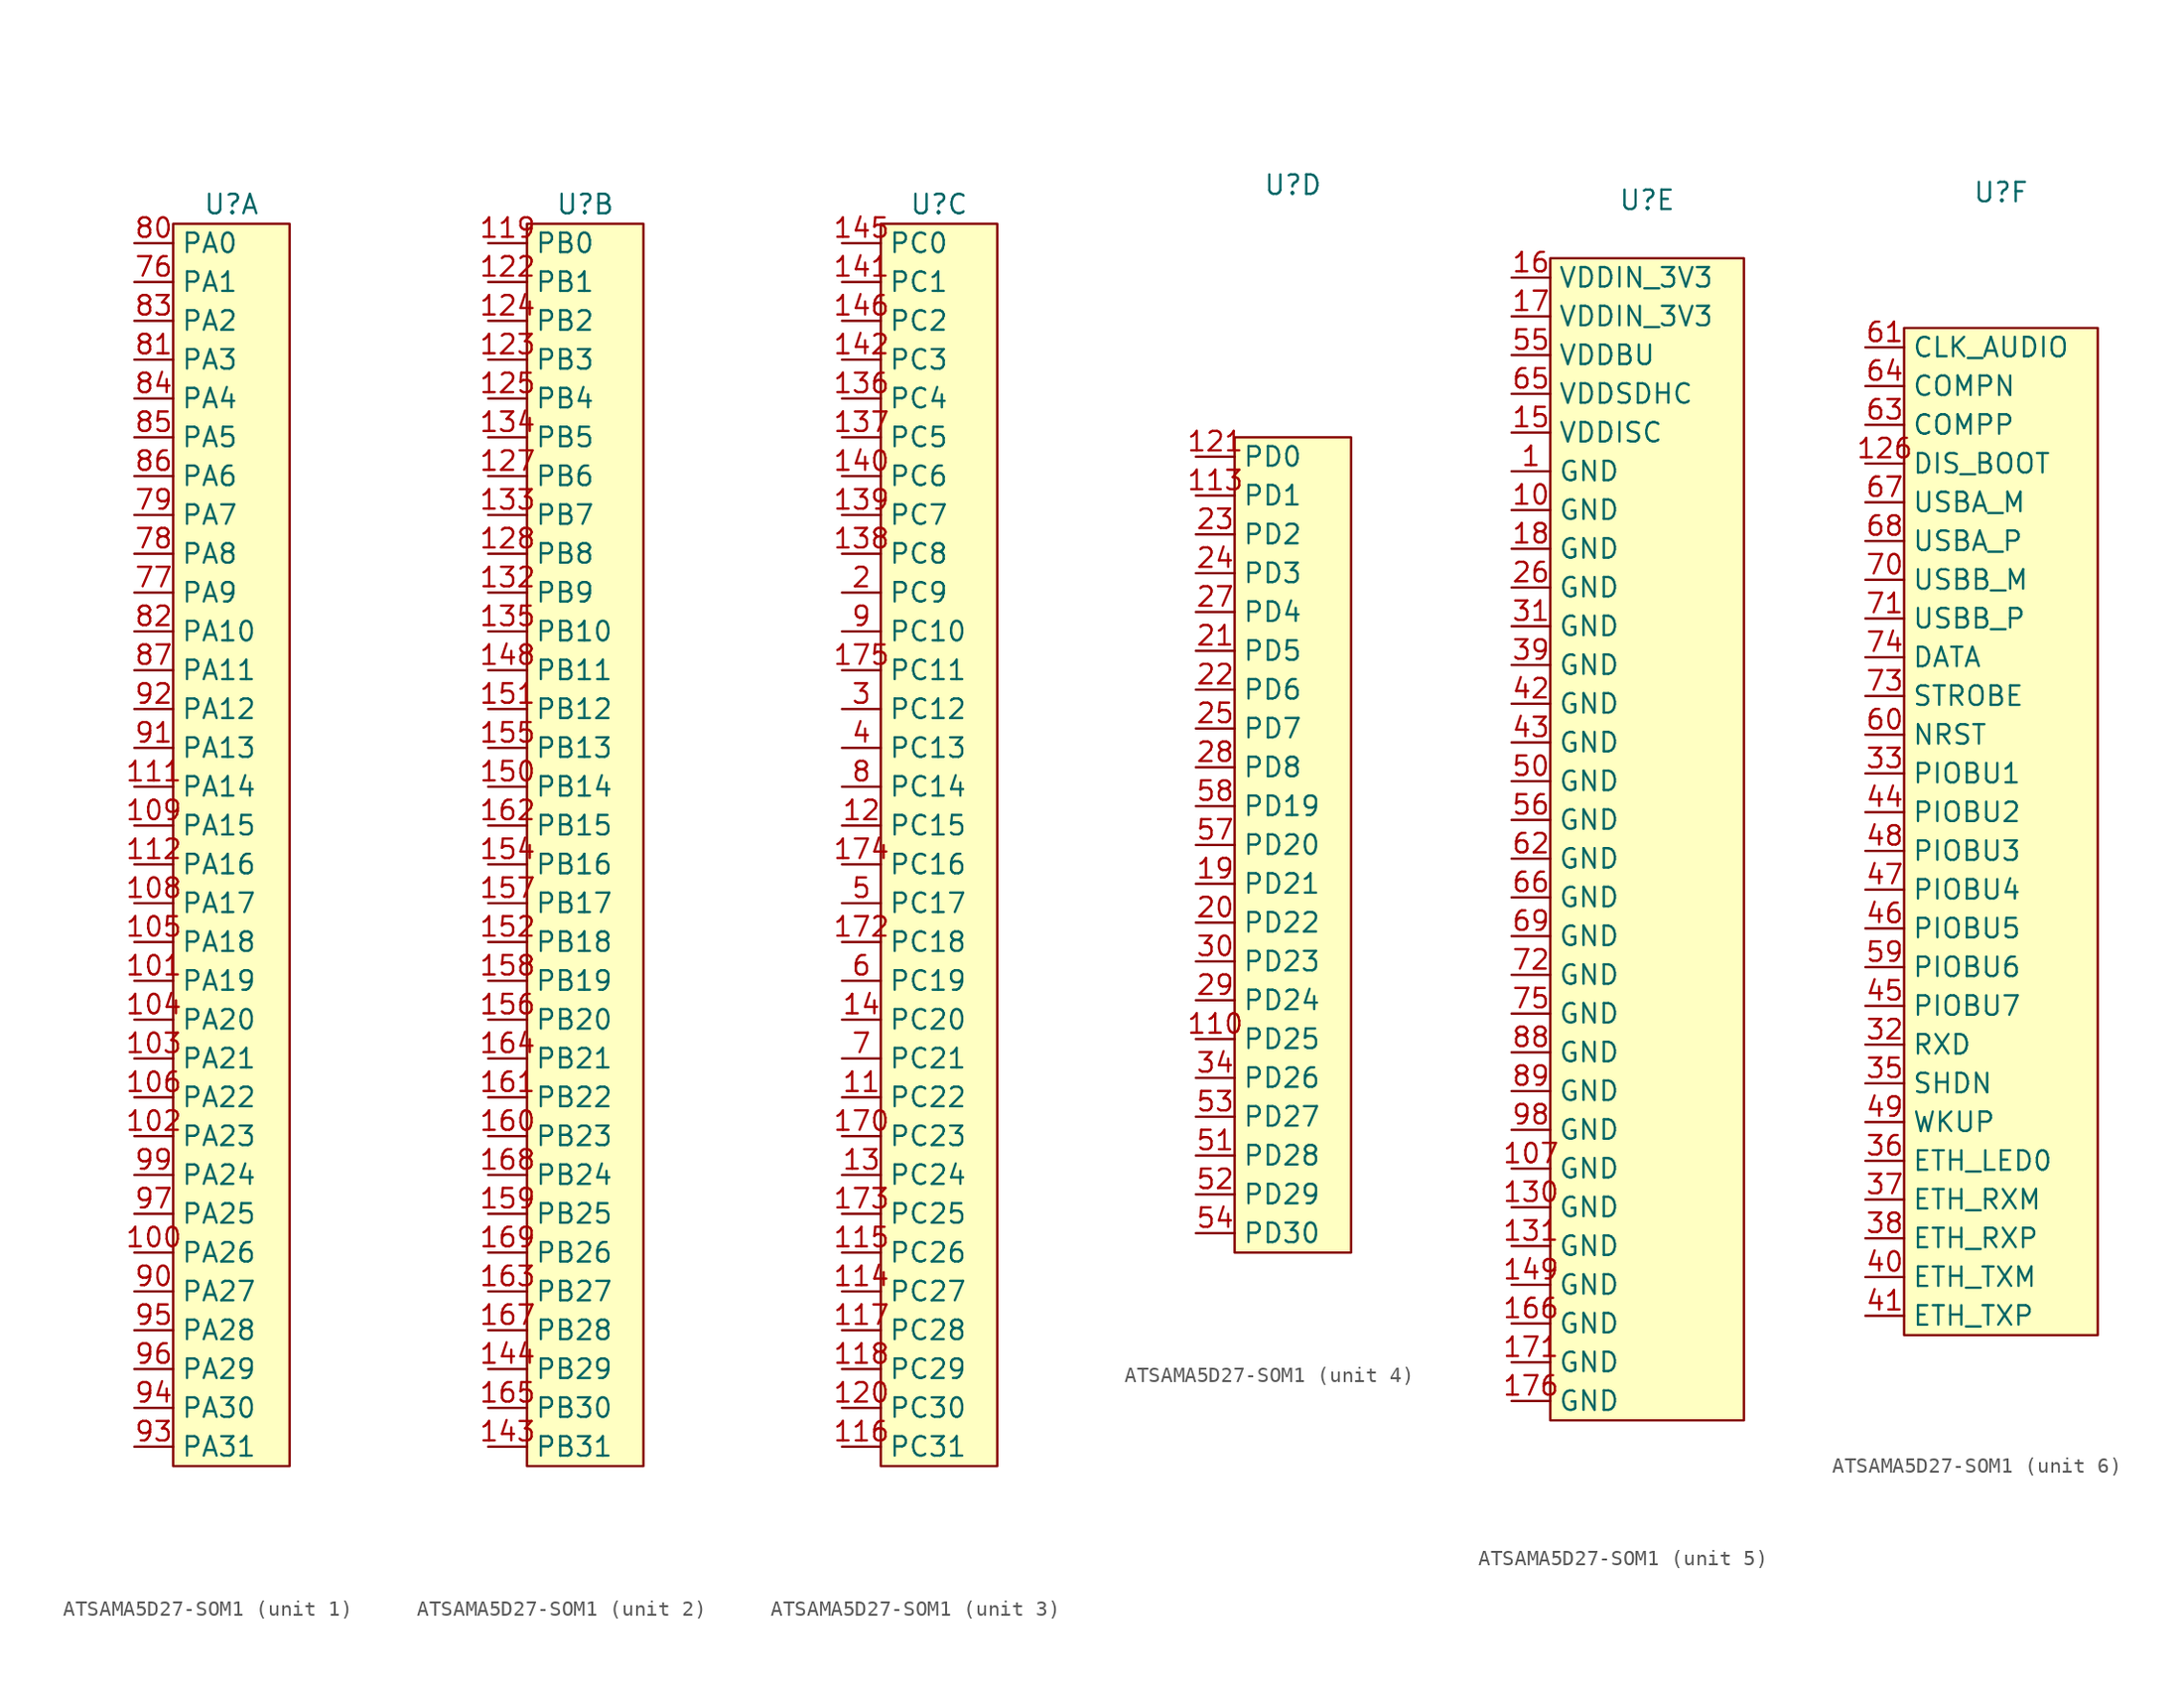
<source format=kicad_sym>
(kicad_symbol_lib
  (version 20220914)
  (generator kicad_symbol_editor)
  (symbol "ATSAMA5D27-SOM1"
    (property "Reference" "U"
      (at 0 41.91 0)
      (do_not_autoplace)
      (effects (font (size 1.27 1.27))))
    (property "Value" ""
      (at -2.54 41.91 0)
      (effects (font (size 1.27 1.27))))
    (property "ki_locked" ""
      (at 0 0 0)
      (effects (font (size 1.27 1.27))))
    (symbol "ATSAMA5D27-SOM1_1_1"
      (rectangle (start -3.81 40.64) (end 3.81 -40.64) (stroke (width 0) (type default)) (fill (type background)))
      (pin bidirectional line (at -6.35 -26.67 0) (length 2.54) (name "PA26" (effects (font (size 1.27 1.27)))) (number "100" (effects (font (size 1.27 1.27)))))
      (pin bidirectional line (at -6.35 -8.89 0) (length 2.54) (name "PA19" (effects (font (size 1.27 1.27)))) (number "101" (effects (font (size 1.27 1.27)))))
      (pin bidirectional line (at -6.35 -19.05 0) (length 2.54) (name "PA23" (effects (font (size 1.27 1.27)))) (number "102" (effects (font (size 1.27 1.27)))))
      (pin bidirectional line (at -6.35 -13.97 0) (length 2.54) (name "PA21" (effects (font (size 1.27 1.27)))) (number "103" (effects (font (size 1.27 1.27)))))
      (pin bidirectional line (at -6.35 -11.43 0) (length 2.54) (name "PA20" (effects (font (size 1.27 1.27)))) (number "104" (effects (font (size 1.27 1.27)))))
      (pin bidirectional line (at -6.35 -6.35 0) (length 2.54) (name "PA18" (effects (font (size 1.27 1.27)))) (number "105" (effects (font (size 1.27 1.27)))))
      (pin bidirectional line (at -6.35 -16.51 0) (length 2.54) (name "PA22" (effects (font (size 1.27 1.27)))) (number "106" (effects (font (size 1.27 1.27)))))
      (pin bidirectional line (at -6.35 -3.81 0) (length 2.54) (name "PA17" (effects (font (size 1.27 1.27)))) (number "108" (effects (font (size 1.27 1.27)))))
      (pin bidirectional line (at -6.35 1.27 0) (length 2.54) (name "PA15" (effects (font (size 1.27 1.27)))) (number "109" (effects (font (size 1.27 1.27)))))
      (pin bidirectional line (at -6.35 3.81 0) (length 2.54) (name "PA14" (effects (font (size 1.27 1.27)))) (number "111" (effects (font (size 1.27 1.27)))))
      (pin bidirectional line (at -6.35 -1.27 0) (length 2.54) (name "PA16" (effects (font (size 1.27 1.27)))) (number "112" (effects (font (size 1.27 1.27)))))
      (pin bidirectional line (at -6.35 36.83 0) (length 2.54) (name "PA1" (effects (font (size 1.27 1.27)))) (number "76" (effects (font (size 1.27 1.27)))))
      (pin bidirectional line (at -6.35 16.51 0) (length 2.54) (name "PA9" (effects (font (size 1.27 1.27)))) (number "77" (effects (font (size 1.27 1.27)))))
      (pin bidirectional line (at -6.35 19.05 0) (length 2.54) (name "PA8" (effects (font (size 1.27 1.27)))) (number "78" (effects (font (size 1.27 1.27)))))
      (pin bidirectional line (at -6.35 21.59 0) (length 2.54) (name "PA7" (effects (font (size 1.27 1.27)))) (number "79" (effects (font (size 1.27 1.27)))))
      (pin bidirectional line (at -6.35 39.37 0) (length 2.54) (name "PA0" (effects (font (size 1.27 1.27)))) (number "80" (effects (font (size 1.27 1.27)))))
      (pin bidirectional line (at -6.35 31.75 0) (length 2.54) (name "PA3" (effects (font (size 1.27 1.27)))) (number "81" (effects (font (size 1.27 1.27)))))
      (pin bidirectional line (at -6.35 13.97 0) (length 2.54) (name "PA10" (effects (font (size 1.27 1.27)))) (number "82" (effects (font (size 1.27 1.27)))))
      (pin bidirectional line (at -6.35 34.29 0) (length 2.54) (name "PA2" (effects (font (size 1.27 1.27)))) (number "83" (effects (font (size 1.27 1.27)))))
      (pin bidirectional line (at -6.35 29.21 0) (length 2.54) (name "PA4" (effects (font (size 1.27 1.27)))) (number "84" (effects (font (size 1.27 1.27)))))
      (pin bidirectional line (at -6.35 26.67 0) (length 2.54) (name "PA5" (effects (font (size 1.27 1.27)))) (number "85" (effects (font (size 1.27 1.27)))))
      (pin bidirectional line (at -6.35 24.13 0) (length 2.54) (name "PA6" (effects (font (size 1.27 1.27)))) (number "86" (effects (font (size 1.27 1.27)))))
      (pin bidirectional line (at -6.35 11.43 0) (length 2.54) (name "PA11" (effects (font (size 1.27 1.27)))) (number "87" (effects (font (size 1.27 1.27)))))
      (pin bidirectional line (at -6.35 -29.21 0) (length 2.54) (name "PA27" (effects (font (size 1.27 1.27)))) (number "90" (effects (font (size 1.27 1.27)))))
      (pin bidirectional line (at -6.35 6.35 0) (length 2.54) (name "PA13" (effects (font (size 1.27 1.27)))) (number "91" (effects (font (size 1.27 1.27)))))
      (pin bidirectional line (at -6.35 8.89 0) (length 2.54) (name "PA12" (effects (font (size 1.27 1.27)))) (number "92" (effects (font (size 1.27 1.27)))))
      (pin bidirectional line (at -6.35 -39.37 0) (length 2.54) (name "PA31" (effects (font (size 1.27 1.27)))) (number "93" (effects (font (size 1.27 1.27)))))
      (pin bidirectional line (at -6.35 -36.83 0) (length 2.54) (name "PA30" (effects (font (size 1.27 1.27)))) (number "94" (effects (font (size 1.27 1.27)))))
      (pin bidirectional line (at -6.35 -31.75 0) (length 2.54) (name "PA28" (effects (font (size 1.27 1.27)))) (number "95" (effects (font (size 1.27 1.27)))))
      (pin bidirectional line (at -6.35 -34.29 0) (length 2.54) (name "PA29" (effects (font (size 1.27 1.27)))) (number "96" (effects (font (size 1.27 1.27)))))
      (pin bidirectional line (at -6.35 -24.13 0) (length 2.54) (name "PA25" (effects (font (size 1.27 1.27)))) (number "97" (effects (font (size 1.27 1.27)))))
      (pin bidirectional line (at -6.35 -21.59 0) (length 2.54) (name "PA24" (effects (font (size 1.27 1.27)))) (number "99" (effects (font (size 1.27 1.27))))))
    (symbol "ATSAMA5D27-SOM1_2_1"
      (rectangle (start -3.81 40.64) (end 3.81 -40.64) (stroke (width 0) (type default)) (fill (type background)))
      (pin bidirectional line (at -6.35 39.37 0) (length 2.54) (name "PB0" (effects (font (size 1.27 1.27)))) (number "119" (effects (font (size 1.27 1.27)))))
      (pin bidirectional line (at -6.35 36.83 0) (length 2.54) (name "PB1" (effects (font (size 1.27 1.27)))) (number "122" (effects (font (size 1.27 1.27)))))
      (pin bidirectional line (at -6.35 31.75 0) (length 2.54) (name "PB3" (effects (font (size 1.27 1.27)))) (number "123" (effects (font (size 1.27 1.27)))))
      (pin bidirectional line (at -6.35 34.29 0) (length 2.54) (name "PB2" (effects (font (size 1.27 1.27)))) (number "124" (effects (font (size 1.27 1.27)))))
      (pin bidirectional line (at -6.35 29.21 0) (length 2.54) (name "PB4" (effects (font (size 1.27 1.27)))) (number "125" (effects (font (size 1.27 1.27)))))
      (pin bidirectional line (at -6.35 24.13 0) (length 2.54) (name "PB6" (effects (font (size 1.27 1.27)))) (number "127" (effects (font (size 1.27 1.27)))))
      (pin bidirectional line (at -6.35 19.05 0) (length 2.54) (name "PB8" (effects (font (size 1.27 1.27)))) (number "128" (effects (font (size 1.27 1.27)))))
      (pin bidirectional line (at -6.35 16.51 0) (length 2.54) (name "PB9" (effects (font (size 1.27 1.27)))) (number "132" (effects (font (size 1.27 1.27)))))
      (pin bidirectional line (at -6.35 21.59 0) (length 2.54) (name "PB7" (effects (font (size 1.27 1.27)))) (number "133" (effects (font (size 1.27 1.27)))))
      (pin bidirectional line (at -6.35 26.67 0) (length 2.54) (name "PB5" (effects (font (size 1.27 1.27)))) (number "134" (effects (font (size 1.27 1.27)))))
      (pin bidirectional line (at -6.35 13.97 0) (length 2.54) (name "PB10" (effects (font (size 1.27 1.27)))) (number "135" (effects (font (size 1.27 1.27)))))
      (pin bidirectional line (at -6.35 -39.37 0) (length 2.54) (name "PB31" (effects (font (size 1.27 1.27)))) (number "143" (effects (font (size 1.27 1.27)))))
      (pin bidirectional line (at -6.35 -34.29 0) (length 2.54) (name "PB29" (effects (font (size 1.27 1.27)))) (number "144" (effects (font (size 1.27 1.27)))))
      (pin bidirectional line (at -6.35 11.43 0) (length 2.54) (name "PB11" (effects (font (size 1.27 1.27)))) (number "148" (effects (font (size 1.27 1.27)))))
      (pin bidirectional line (at -6.35 3.81 0) (length 2.54) (name "PB14" (effects (font (size 1.27 1.27)))) (number "150" (effects (font (size 1.27 1.27)))))
      (pin bidirectional line (at -6.35 8.89 0) (length 2.54) (name "PB12" (effects (font (size 1.27 1.27)))) (number "151" (effects (font (size 1.27 1.27)))))
      (pin bidirectional line (at -6.35 -6.35 0) (length 2.54) (name "PB18" (effects (font (size 1.27 1.27)))) (number "152" (effects (font (size 1.27 1.27)))))
      (pin bidirectional line (at -6.35 -1.27 0) (length 2.54) (name "PB16" (effects (font (size 1.27 1.27)))) (number "154" (effects (font (size 1.27 1.27)))))
      (pin bidirectional line (at -6.35 6.35 0) (length 2.54) (name "PB13" (effects (font (size 1.27 1.27)))) (number "155" (effects (font (size 1.27 1.27)))))
      (pin bidirectional line (at -6.35 -11.43 0) (length 2.54) (name "PB20" (effects (font (size 1.27 1.27)))) (number "156" (effects (font (size 1.27 1.27)))))
      (pin bidirectional line (at -6.35 -3.81 0) (length 2.54) (name "PB17" (effects (font (size 1.27 1.27)))) (number "157" (effects (font (size 1.27 1.27)))))
      (pin bidirectional line (at -6.35 -8.89 0) (length 2.54) (name "PB19" (effects (font (size 1.27 1.27)))) (number "158" (effects (font (size 1.27 1.27)))))
      (pin bidirectional line (at -6.35 -24.13 0) (length 2.54) (name "PB25" (effects (font (size 1.27 1.27)))) (number "159" (effects (font (size 1.27 1.27)))))
      (pin bidirectional line (at -6.35 -19.05 0) (length 2.54) (name "PB23" (effects (font (size 1.27 1.27)))) (number "160" (effects (font (size 1.27 1.27)))))
      (pin bidirectional line (at -6.35 -16.51 0) (length 2.54) (name "PB22" (effects (font (size 1.27 1.27)))) (number "161" (effects (font (size 1.27 1.27)))))
      (pin bidirectional line (at -6.35 1.27 0) (length 2.54) (name "PB15" (effects (font (size 1.27 1.27)))) (number "162" (effects (font (size 1.27 1.27)))))
      (pin bidirectional line (at -6.35 -29.21 0) (length 2.54) (name "PB27" (effects (font (size 1.27 1.27)))) (number "163" (effects (font (size 1.27 1.27)))))
      (pin bidirectional line (at -6.35 -13.97 0) (length 2.54) (name "PB21" (effects (font (size 1.27 1.27)))) (number "164" (effects (font (size 1.27 1.27)))))
      (pin bidirectional line (at -6.35 -36.83 0) (length 2.54) (name "PB30" (effects (font (size 1.27 1.27)))) (number "165" (effects (font (size 1.27 1.27)))))
      (pin bidirectional line (at -6.35 -31.75 0) (length 2.54) (name "PB28" (effects (font (size 1.27 1.27)))) (number "167" (effects (font (size 1.27 1.27)))))
      (pin bidirectional line (at -6.35 -21.59 0) (length 2.54) (name "PB24" (effects (font (size 1.27 1.27)))) (number "168" (effects (font (size 1.27 1.27)))))
      (pin bidirectional line (at -6.35 -26.67 0) (length 2.54) (name "PB26" (effects (font (size 1.27 1.27)))) (number "169" (effects (font (size 1.27 1.27))))))
    (symbol "ATSAMA5D27-SOM1_3_1"
      (rectangle (start -3.81 40.64) (end 3.81 -40.64) (stroke (width 0) (type default)) (fill (type background)))
      (pin bidirectional line (at -6.35 -16.51 0) (length 2.54) (name "PC22" (effects (font (size 1.27 1.27)))) (number "11" (effects (font (size 1.27 1.27)))))
      (pin bidirectional line (at -6.35 -29.21 0) (length 2.54) (name "PC27" (effects (font (size 1.27 1.27)))) (number "114" (effects (font (size 1.27 1.27)))))
      (pin bidirectional line (at -6.35 -26.67 0) (length 2.54) (name "PC26" (effects (font (size 1.27 1.27)))) (number "115" (effects (font (size 1.27 1.27)))))
      (pin bidirectional line (at -6.35 -39.37 0) (length 2.54) (name "PC31" (effects (font (size 1.27 1.27)))) (number "116" (effects (font (size 1.27 1.27)))))
      (pin bidirectional line (at -6.35 -31.75 0) (length 2.54) (name "PC28" (effects (font (size 1.27 1.27)))) (number "117" (effects (font (size 1.27 1.27)))))
      (pin bidirectional line (at -6.35 -34.29 0) (length 2.54) (name "PC29" (effects (font (size 1.27 1.27)))) (number "118" (effects (font (size 1.27 1.27)))))
      (pin bidirectional line (at -6.35 1.27 0) (length 2.54) (name "PC15" (effects (font (size 1.27 1.27)))) (number "12" (effects (font (size 1.27 1.27)))))
      (pin bidirectional line (at -6.35 -36.83 0) (length 2.54) (name "PC30" (effects (font (size 1.27 1.27)))) (number "120" (effects (font (size 1.27 1.27)))))
      (pin bidirectional line (at -6.35 -21.59 0) (length 2.54) (name "PC24" (effects (font (size 1.27 1.27)))) (number "13" (effects (font (size 1.27 1.27)))))
      (pin bidirectional line (at -6.35 29.21 0) (length 2.54) (name "PC4" (effects (font (size 1.27 1.27)))) (number "136" (effects (font (size 1.27 1.27)))))
      (pin bidirectional line (at -6.35 26.67 0) (length 2.54) (name "PC5" (effects (font (size 1.27 1.27)))) (number "137" (effects (font (size 1.27 1.27)))))
      (pin bidirectional line (at -6.35 19.05 0) (length 2.54) (name "PC8" (effects (font (size 1.27 1.27)))) (number "138" (effects (font (size 1.27 1.27)))))
      (pin bidirectional line (at -6.35 21.59 0) (length 2.54) (name "PC7" (effects (font (size 1.27 1.27)))) (number "139" (effects (font (size 1.27 1.27)))))
      (pin bidirectional line (at -6.35 -11.43 0) (length 2.54) (name "PC20" (effects (font (size 1.27 1.27)))) (number "14" (effects (font (size 1.27 1.27)))))
      (pin bidirectional line (at -6.35 24.13 0) (length 2.54) (name "PC6" (effects (font (size 1.27 1.27)))) (number "140" (effects (font (size 1.27 1.27)))))
      (pin bidirectional line (at -6.35 36.83 0) (length 2.54) (name "PC1" (effects (font (size 1.27 1.27)))) (number "141" (effects (font (size 1.27 1.27)))))
      (pin bidirectional line (at -6.35 31.75 0) (length 2.54) (name "PC3" (effects (font (size 1.27 1.27)))) (number "142" (effects (font (size 1.27 1.27)))))
      (pin bidirectional line (at -6.35 39.37 0) (length 2.54) (name "PC0" (effects (font (size 1.27 1.27)))) (number "145" (effects (font (size 1.27 1.27)))))
      (pin bidirectional line (at -6.35 34.29 0) (length 2.54) (name "PC2" (effects (font (size 1.27 1.27)))) (number "146" (effects (font (size 1.27 1.27)))))
      (pin bidirectional line (at -6.35 -19.05 0) (length 2.54) (name "PC23" (effects (font (size 1.27 1.27)))) (number "170" (effects (font (size 1.27 1.27)))))
      (pin bidirectional line (at -6.35 -6.35 0) (length 2.54) (name "PC18" (effects (font (size 1.27 1.27)))) (number "172" (effects (font (size 1.27 1.27)))))
      (pin bidirectional line (at -6.35 -24.13 0) (length 2.54) (name "PC25" (effects (font (size 1.27 1.27)))) (number "173" (effects (font (size 1.27 1.27)))))
      (pin bidirectional line (at -6.35 -1.27 0) (length 2.54) (name "PC16" (effects (font (size 1.27 1.27)))) (number "174" (effects (font (size 1.27 1.27)))))
      (pin bidirectional line (at -6.35 11.43 0) (length 2.54) (name "PC11" (effects (font (size 1.27 1.27)))) (number "175" (effects (font (size 1.27 1.27)))))
      (pin bidirectional line (at -6.35 16.51 0) (length 2.54) (name "PC9" (effects (font (size 1.27 1.27)))) (number "2" (effects (font (size 1.27 1.27)))))
      (pin bidirectional line (at -6.35 8.89 0) (length 2.54) (name "PC12" (effects (font (size 1.27 1.27)))) (number "3" (effects (font (size 1.27 1.27)))))
      (pin bidirectional line (at -6.35 6.35 0) (length 2.54) (name "PC13" (effects (font (size 1.27 1.27)))) (number "4" (effects (font (size 1.27 1.27)))))
      (pin bidirectional line (at -6.35 -3.81 0) (length 2.54) (name "PC17" (effects (font (size 1.27 1.27)))) (number "5" (effects (font (size 1.27 1.27)))))
      (pin bidirectional line (at -6.35 -8.89 0) (length 2.54) (name "PC19" (effects (font (size 1.27 1.27)))) (number "6" (effects (font (size 1.27 1.27)))))
      (pin bidirectional line (at -6.35 -13.97 0) (length 2.54) (name "PC21" (effects (font (size 1.27 1.27)))) (number "7" (effects (font (size 1.27 1.27)))))
      (pin bidirectional line (at -6.35 3.81 0) (length 2.54) (name "PC14" (effects (font (size 1.27 1.27)))) (number "8" (effects (font (size 1.27 1.27)))))
      (pin bidirectional line (at -6.35 13.97 0) (length 2.54) (name "PC10" (effects (font (size 1.27 1.27)))) (number "9" (effects (font (size 1.27 1.27))))))
    (symbol "ATSAMA5D27-SOM1_4_1"
      (rectangle (start -3.81 25.4) (end 3.81 -27.94) (stroke (width 0) (type default)) (fill (type background)))
      (pin bidirectional line (at -6.35 -13.97 0) (length 2.54) (name "PD25" (effects (font (size 1.27 1.27)))) (number "110" (effects (font (size 1.27 1.27)))))
      (pin bidirectional line (at -6.35 21.59 0) (length 2.54) (name "PD1" (effects (font (size 1.27 1.27)))) (number "113" (effects (font (size 1.27 1.27)))))
      (pin bidirectional line (at -6.35 24.13 0) (length 2.54) (name "PD0" (effects (font (size 1.27 1.27)))) (number "121" (effects (font (size 1.27 1.27)))))
      (pin bidirectional line (at -6.35 -3.81 0) (length 2.54) (name "PD21" (effects (font (size 1.27 1.27)))) (number "19" (effects (font (size 1.27 1.27)))))
      (pin bidirectional line (at -6.35 -6.35 0) (length 2.54) (name "PD22" (effects (font (size 1.27 1.27)))) (number "20" (effects (font (size 1.27 1.27)))))
      (pin bidirectional line (at -6.35 11.43 0) (length 2.54) (name "PD5" (effects (font (size 1.27 1.27)))) (number "21" (effects (font (size 1.27 1.27)))))
      (pin bidirectional line (at -6.35 8.89 0) (length 2.54) (name "PD6" (effects (font (size 1.27 1.27)))) (number "22" (effects (font (size 1.27 1.27)))))
      (pin bidirectional line (at -6.35 19.05 0) (length 2.54) (name "PD2" (effects (font (size 1.27 1.27)))) (number "23" (effects (font (size 1.27 1.27)))))
      (pin bidirectional line (at -6.35 16.51 0) (length 2.54) (name "PD3" (effects (font (size 1.27 1.27)))) (number "24" (effects (font (size 1.27 1.27)))))
      (pin bidirectional line (at -6.35 6.35 0) (length 2.54) (name "PD7" (effects (font (size 1.27 1.27)))) (number "25" (effects (font (size 1.27 1.27)))))
      (pin bidirectional line (at -6.35 13.97 0) (length 2.54) (name "PD4" (effects (font (size 1.27 1.27)))) (number "27" (effects (font (size 1.27 1.27)))))
      (pin bidirectional line (at -6.35 3.81 0) (length 2.54) (name "PD8" (effects (font (size 1.27 1.27)))) (number "28" (effects (font (size 1.27 1.27)))))
      (pin bidirectional line (at -6.35 -11.43 0) (length 2.54) (name "PD24" (effects (font (size 1.27 1.27)))) (number "29" (effects (font (size 1.27 1.27)))))
      (pin bidirectional line (at -6.35 -8.89 0) (length 2.54) (name "PD23" (effects (font (size 1.27 1.27)))) (number "30" (effects (font (size 1.27 1.27)))))
      (pin bidirectional line (at -6.35 -16.51 0) (length 2.54) (name "PD26" (effects (font (size 1.27 1.27)))) (number "34" (effects (font (size 1.27 1.27)))))
      (pin bidirectional line (at -6.35 -21.59 0) (length 2.54) (name "PD28" (effects (font (size 1.27 1.27)))) (number "51" (effects (font (size 1.27 1.27)))))
      (pin bidirectional line (at -6.35 -24.13 0) (length 2.54) (name "PD29" (effects (font (size 1.27 1.27)))) (number "52" (effects (font (size 1.27 1.27)))))
      (pin bidirectional line (at -6.35 -19.05 0) (length 2.54) (name "PD27" (effects (font (size 1.27 1.27)))) (number "53" (effects (font (size 1.27 1.27)))))
      (pin bidirectional line (at -6.35 -26.67 0) (length 2.54) (name "PD30" (effects (font (size 1.27 1.27)))) (number "54" (effects (font (size 1.27 1.27)))))
      (pin bidirectional line (at -6.35 -1.27 0) (length 2.54) (name "PD20" (effects (font (size 1.27 1.27)))) (number "57" (effects (font (size 1.27 1.27)))))
      (pin bidirectional line (at -6.35 1.27 0) (length 2.54) (name "PD19" (effects (font (size 1.27 1.27)))) (number "58" (effects (font (size 1.27 1.27))))))
    (symbol "ATSAMA5D27-SOM1_5_1"
      (rectangle (start -6.35 38.1) (end 6.35 -38.1) (stroke (width 0) (type default)) (fill (type background)))
      (pin power_in line (at -8.89 24.13 0) (length 2.54) (name "GND" (effects (font (size 1.27 1.27)))) (number "1" (effects (font (size 1.27 1.27)))))
      (pin power_in line (at -8.89 21.59 0) (length 2.54) (name "GND" (effects (font (size 1.27 1.27)))) (number "10" (effects (font (size 1.27 1.27)))))
      (pin power_in line (at -8.89 -21.59 0) (length 2.54) (name "GND" (effects (font (size 1.27 1.27)))) (number "107" (effects (font (size 1.27 1.27)))))
      (pin power_in line (at -8.89 -24.13 0) (length 2.54) (name "GND" (effects (font (size 1.27 1.27)))) (number "130" (effects (font (size 1.27 1.27)))))
      (pin power_in line (at -8.89 -26.67 0) (length 2.54) (name "GND" (effects (font (size 1.27 1.27)))) (number "131" (effects (font (size 1.27 1.27)))))
      (pin power_in line (at -8.89 -29.21 0) (length 2.54) (name "GND" (effects (font (size 1.27 1.27)))) (number "149" (effects (font (size 1.27 1.27)))))
      (pin power_in line (at -8.89 26.67 0) (length 2.54) (name "VDDISC" (effects (font (size 1.27 1.27)))) (number "15" (effects (font (size 1.27 1.27)))))
      (pin power_in line (at -8.89 36.83 0) (length 2.54) (name "VDDIN_3V3" (effects (font (size 1.27 1.27)))) (number "16" (effects (font (size 1.27 1.27)))))
      (pin power_in line (at -8.89 -31.75 0) (length 2.54) (name "GND" (effects (font (size 1.27 1.27)))) (number "166" (effects (font (size 1.27 1.27)))))
      (pin power_in line (at -8.89 34.29 0) (length 2.54) (name "VDDIN_3V3" (effects (font (size 1.27 1.27)))) (number "17" (effects (font (size 1.27 1.27)))))
      (pin power_in line (at -8.89 -34.29 0) (length 2.54) (name "GND" (effects (font (size 1.27 1.27)))) (number "171" (effects (font (size 1.27 1.27)))))
      (pin power_in line (at -8.89 -36.83 0) (length 2.54) (name "GND" (effects (font (size 1.27 1.27)))) (number "176" (effects (font (size 1.27 1.27)))))
      (pin power_in line (at -8.89 19.05 0) (length 2.54) (name "GND" (effects (font (size 1.27 1.27)))) (number "18" (effects (font (size 1.27 1.27)))))
      (pin power_in line (at -8.89 16.51 0) (length 2.54) (name "GND" (effects (font (size 1.27 1.27)))) (number "26" (effects (font (size 1.27 1.27)))))
      (pin power_in line (at -8.89 13.97 0) (length 2.54) (name "GND" (effects (font (size 1.27 1.27)))) (number "31" (effects (font (size 1.27 1.27)))))
      (pin power_in line (at -8.89 11.43 0) (length 2.54) (name "GND" (effects (font (size 1.27 1.27)))) (number "39" (effects (font (size 1.27 1.27)))))
      (pin power_in line (at -8.89 8.89 0) (length 2.54) (name "GND" (effects (font (size 1.27 1.27)))) (number "42" (effects (font (size 1.27 1.27)))))
      (pin power_in line (at -8.89 6.35 0) (length 2.54) (name "GND" (effects (font (size 1.27 1.27)))) (number "43" (effects (font (size 1.27 1.27)))))
      (pin power_in line (at -8.89 3.81 0) (length 2.54) (name "GND" (effects (font (size 1.27 1.27)))) (number "50" (effects (font (size 1.27 1.27)))))
      (pin power_in line (at -8.89 31.75 0) (length 2.54) (name "VDDBU" (effects (font (size 1.27 1.27)))) (number "55" (effects (font (size 1.27 1.27)))))
      (pin power_in line (at -8.89 1.27 0) (length 2.54) (name "GND" (effects (font (size 1.27 1.27)))) (number "56" (effects (font (size 1.27 1.27)))))
      (pin power_in line (at -8.89 -1.27 0) (length 2.54) (name "GND" (effects (font (size 1.27 1.27)))) (number "62" (effects (font (size 1.27 1.27)))))
      (pin power_in line (at -8.89 29.21 0) (length 2.54) (name "VDDSDHC" (effects (font (size 1.27 1.27)))) (number "65" (effects (font (size 1.27 1.27)))))
      (pin power_in line (at -8.89 -3.81 0) (length 2.54) (name "GND" (effects (font (size 1.27 1.27)))) (number "66" (effects (font (size 1.27 1.27)))))
      (pin power_in line (at -8.89 -6.35 0) (length 2.54) (name "GND" (effects (font (size 1.27 1.27)))) (number "69" (effects (font (size 1.27 1.27)))))
      (pin power_in line (at -8.89 -8.89 0) (length 2.54) (name "GND" (effects (font (size 1.27 1.27)))) (number "72" (effects (font (size 1.27 1.27)))))
      (pin power_in line (at -8.89 -11.43 0) (length 2.54) (name "GND" (effects (font (size 1.27 1.27)))) (number "75" (effects (font (size 1.27 1.27)))))
      (pin power_in line (at -8.89 -13.97 0) (length 2.54) (name "GND" (effects (font (size 1.27 1.27)))) (number "88" (effects (font (size 1.27 1.27)))))
      (pin power_in line (at -8.89 -16.51 0) (length 2.54) (name "GND" (effects (font (size 1.27 1.27)))) (number "89" (effects (font (size 1.27 1.27)))))
      (pin power_in line (at -8.89 -19.05 0) (length 2.54) (name "GND" (effects (font (size 1.27 1.27)))) (number "98" (effects (font (size 1.27 1.27))))))
    (symbol "ATSAMA5D27-SOM1_6_1"
      (rectangle (start -6.35 33.02) (end 6.35 -33.02) (stroke (width 0) (type default)) (fill (type background)))
      (pin input line (at -8.89 24.13 0) (length 2.54) (name "DIS_BOOT" (effects (font (size 1.27 1.27)))) (number "126" (effects (font (size 1.27 1.27)))))
      (pin input line (at -8.89 -13.97 0) (length 2.54) (name "RXD" (effects (font (size 1.27 1.27)))) (number "32" (effects (font (size 1.27 1.27)))))
      (pin input line (at -8.89 3.81 0) (length 2.54) (name "PIOBU1" (effects (font (size 1.27 1.27)))) (number "33" (effects (font (size 1.27 1.27)))))
      (pin output line (at -8.89 -16.51 0) (length 2.54) (name "SHDN" (effects (font (size 1.27 1.27)))) (number "35" (effects (font (size 1.27 1.27)))))
      (pin output line (at -8.89 -21.59 0) (length 2.54) (name "ETH_LED0" (effects (font (size 1.27 1.27)))) (number "36" (effects (font (size 1.27 1.27)))))
      (pin bidirectional line (at -8.89 -24.13 0) (length 2.54) (name "ETH_RXM" (effects (font (size 1.27 1.27)))) (number "37" (effects (font (size 1.27 1.27)))))
      (pin bidirectional line (at -8.89 -26.67 0) (length 2.54) (name "ETH_RXP" (effects (font (size 1.27 1.27)))) (number "38" (effects (font (size 1.27 1.27)))))
      (pin bidirectional line (at -8.89 -29.21 0) (length 2.54) (name "ETH_TXM" (effects (font (size 1.27 1.27)))) (number "40" (effects (font (size 1.27 1.27)))))
      (pin bidirectional line (at -8.89 -31.75 0) (length 2.54) (name "ETH_TXP" (effects (font (size 1.27 1.27)))) (number "41" (effects (font (size 1.27 1.27)))))
      (pin input line (at -8.89 1.27 0) (length 2.54) (name "PIOBU2" (effects (font (size 1.27 1.27)))) (number "44" (effects (font (size 1.27 1.27)))))
      (pin input line (at -8.89 -11.43 0) (length 2.54) (name "PIOBU7" (effects (font (size 1.27 1.27)))) (number "45" (effects (font (size 1.27 1.27)))))
      (pin input line (at -8.89 -6.35 0) (length 2.54) (name "PIOBU5" (effects (font (size 1.27 1.27)))) (number "46" (effects (font (size 1.27 1.27)))))
      (pin input line (at -8.89 -3.81 0) (length 2.54) (name "PIOBU4" (effects (font (size 1.27 1.27)))) (number "47" (effects (font (size 1.27 1.27)))))
      (pin input line (at -8.89 -1.27 0) (length 2.54) (name "PIOBU3" (effects (font (size 1.27 1.27)))) (number "48" (effects (font (size 1.27 1.27)))))
      (pin input line (at -8.89 -19.05 0) (length 2.54) (name "WKUP" (effects (font (size 1.27 1.27)))) (number "49" (effects (font (size 1.27 1.27)))))
      (pin input line (at -8.89 -8.89 0) (length 2.54) (name "PIOBU6" (effects (font (size 1.27 1.27)))) (number "59" (effects (font (size 1.27 1.27)))))
      (pin input line (at -8.89 6.35 0) (length 2.54) (name "NRST" (effects (font (size 1.27 1.27)))) (number "60" (effects (font (size 1.27 1.27)))))
      (pin input line (at -8.89 31.75 0) (length 2.54) (name "CLK_AUDIO" (effects (font (size 1.27 1.27)))) (number "61" (effects (font (size 1.27 1.27)))))
      (pin input line (at -8.89 26.67 0) (length 2.54) (name "COMPP" (effects (font (size 1.27 1.27)))) (number "63" (effects (font (size 1.27 1.27)))))
      (pin input line (at -8.89 29.21 0) (length 2.54) (name "COMPN" (effects (font (size 1.27 1.27)))) (number "64" (effects (font (size 1.27 1.27)))))
      (pin bidirectional line (at -8.89 21.59 0) (length 2.54) (name "USBA_M" (effects (font (size 1.27 1.27)))) (number "67" (effects (font (size 1.27 1.27)))))
      (pin bidirectional line (at -8.89 19.05 0) (length 2.54) (name "USBA_P" (effects (font (size 1.27 1.27)))) (number "68" (effects (font (size 1.27 1.27)))))
      (pin bidirectional line (at -8.89 16.51 0) (length 2.54) (name "USBB_M" (effects (font (size 1.27 1.27)))) (number "70" (effects (font (size 1.27 1.27)))))
      (pin bidirectional line (at -8.89 13.97 0) (length 2.54) (name "USBB_P" (effects (font (size 1.27 1.27)))) (number "71" (effects (font (size 1.27 1.27)))))
      (pin bidirectional line (at -8.89 8.89 0) (length 2.54) (name "STROBE" (effects (font (size 1.27 1.27)))) (number "73" (effects (font (size 1.27 1.27)))))
      (pin bidirectional line (at -8.89 11.43 0) (length 2.54) (name "DATA" (effects (font (size 1.27 1.27)))) (number "74" (effects (font (size 1.27 1.27))))))))
</source>
